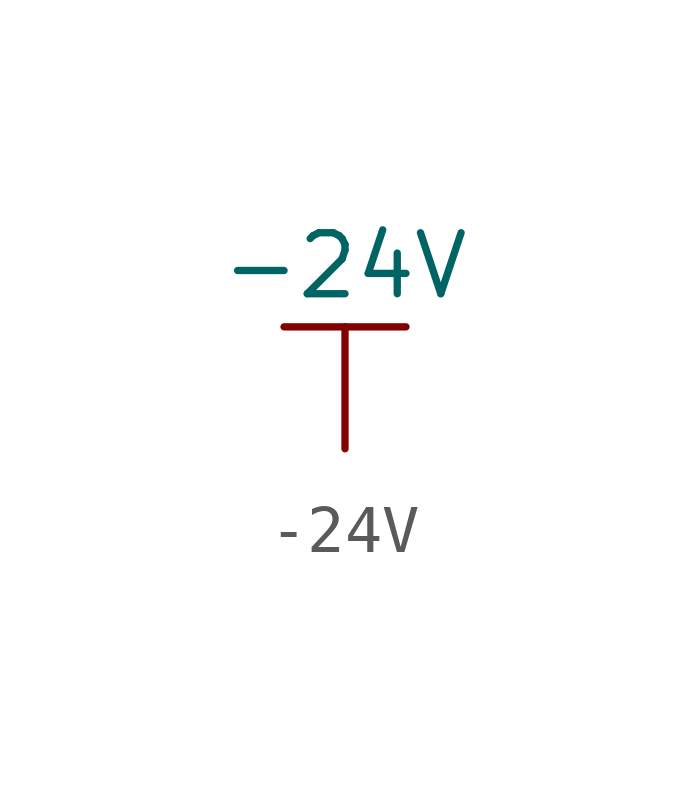
<source format=kicad_sym>
(kicad_symbol_lib
  (version 20220914)
  (generator kicad_symbol_editor)
  (symbol "-24V"
    (power)
    (pin_names
      (offset 0))
    (property "Reference" "#PWR"
      (at 0 2.54 0)
      (effects (font (size 1.27 1.27)) hide))
    (property "Value" "-24V"
      (at 0 3.81 0)
      (effects (font (size 1.27 1.27))))
    (symbol "-24V_0_0"
      (pin power_in line (at 0 0 90) (length 0) hide (name "-24V" (effects (font (size 1.27 1.27)))) (number "1" (effects (font (size 1.27 1.27))))))
    (symbol "-24V_0_1"
      (polyline (pts (xy -1.27 2.54) (xy 1.27 2.54)) (stroke (width 0) (type solid)) (fill (type none)))
      (polyline (pts (xy 0 0) (xy 0 2.54)) (stroke (width 0) (type solid)) (fill (type none))))))
</source>
